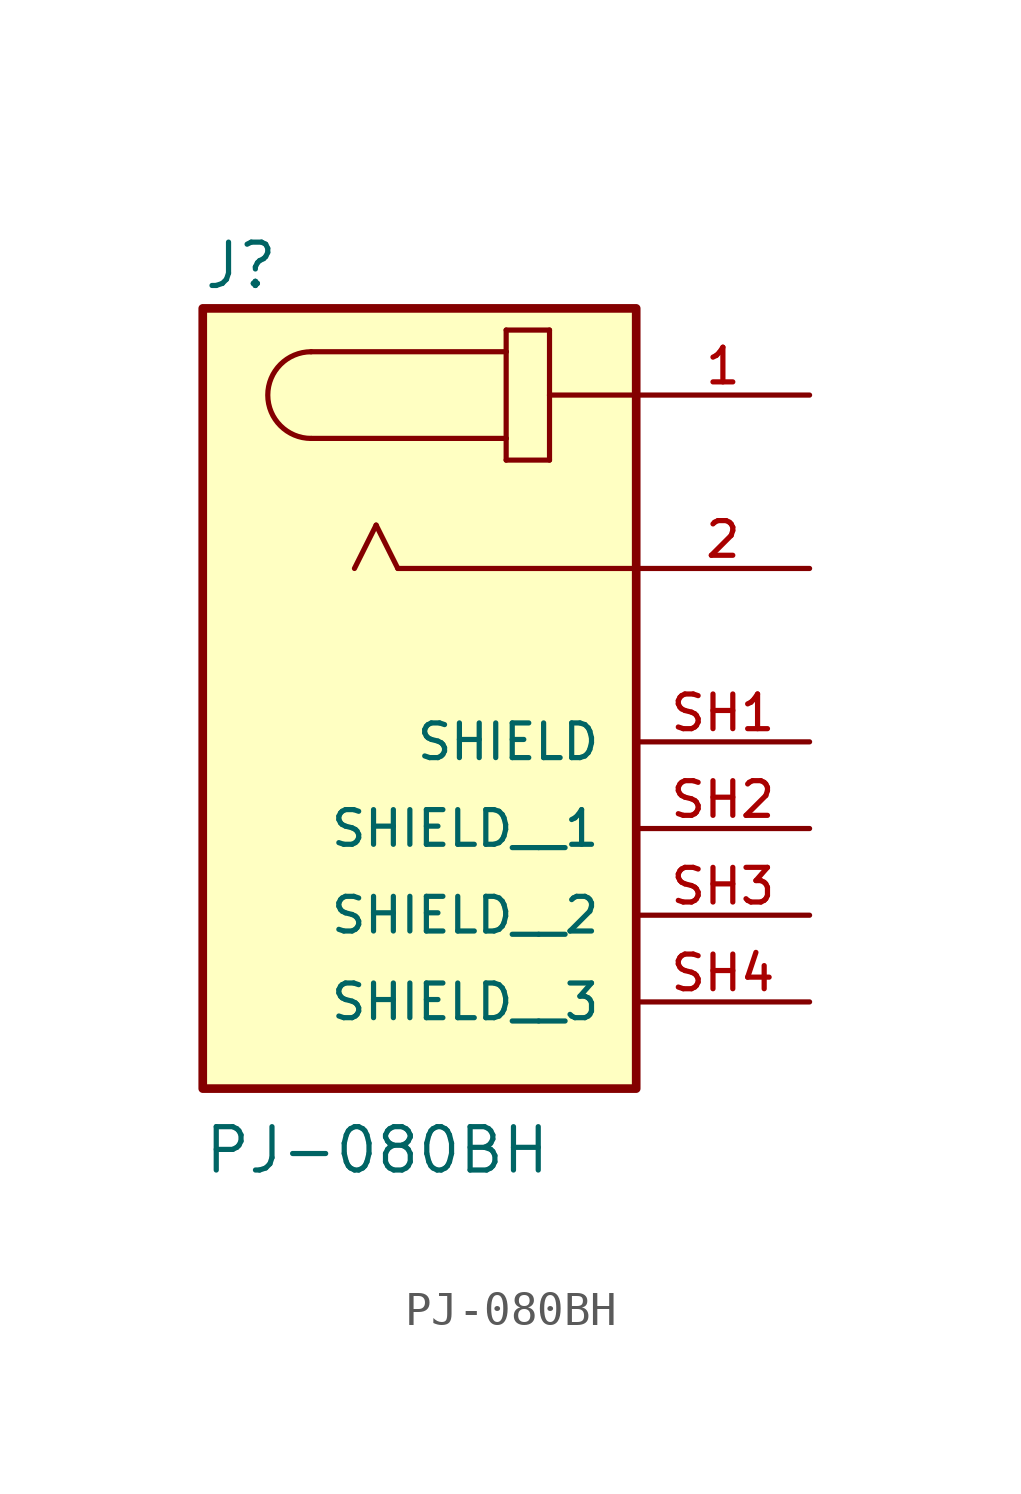
<source format=kicad_sym>
(kicad_symbol_lib
  (version 20211014)
  (generator kicad_symbol_editor)
  (symbol "PJ-080BH"
    (pin_names
      (offset 1.016))
    (property "Reference" "J"
      (at -5.09 8.128 0)
      (effects (font (size 1.27 1.27)) (justify bottom left)))
    (property "Value" "PJ-080BH"
      (at -5.087 -17.789 0)
      (effects (font (size 1.27 1.27)) (justify bottom left)))
    (symbol "PJ-080BH_0_0"
      (arc (start -1.905 6.35) (mid -3.175 5.08) (end -1.905 3.81) (stroke (width 0.1524) (type default) (color 0 0 0 0)) (fill (type none)))
      (polyline (pts (xy -1.905 6.35) (xy 3.81 6.35)) (stroke (width 0.152)))
      (polyline (pts (xy 3.81 6.35) (xy 3.81 3.81)) (stroke (width 0.152)))
      (polyline (pts (xy 3.81 3.81) (xy -1.905 3.81)) (stroke (width 0.152)))
      (polyline (pts (xy 3.81 3.81) (xy 3.81 3.175)) (stroke (width 0.152)))
      (polyline (pts (xy 3.81 3.175) (xy 5.08 3.175)) (stroke (width 0.152)))
      (polyline (pts (xy 5.08 3.175) (xy 5.08 5.08)) (stroke (width 0.152)))
      (polyline (pts (xy 5.08 5.08) (xy 5.08 6.985)) (stroke (width 0.152)))
      (polyline (pts (xy 5.08 6.985) (xy 3.81 6.985)) (stroke (width 0.152)))
      (polyline (pts (xy 3.81 6.985) (xy 3.81 6.35)) (stroke (width 0.152)))
      (polyline (pts (xy 7.62 0.0) (xy 0.635 0.0)) (stroke (width 0.152)))
      (polyline (pts (xy 0.635 0.0) (xy 0.0 1.27)) (stroke (width 0.152)))
      (polyline (pts (xy 0.0 1.27) (xy -0.635 0.0)) (stroke (width 0.152)))
      (polyline (pts (xy 5.08 5.08) (xy 7.62 5.08)) (stroke (width 0.152)))
      (rectangle (start -5.08 -15.24) (end 7.62 7.62) (stroke (width 0.254)) (fill (type background)))
      (pin passive line (at 12.7 5.08 180.0) (length 5.08) (name "~" (effects (font (size 1.016 1.016)))) (number "1" (effects (font (size 1.016 1.016)))))
      (pin passive line (at 12.7 0.0 180.0) (length 5.08) (name "~" (effects (font (size 1.016 1.016)))) (number "2" (effects (font (size 1.016 1.016)))))
      (pin passive line (at 12.7 -5.08 180.0) (length 5.08) (name "SHIELD" (effects (font (size 1.016 1.016)))) (number "SH1" (effects (font (size 1.016 1.016)))))
      (pin passive line (at 12.7 -7.62 180.0) (length 5.08) (name "SHIELD__1" (effects (font (size 1.016 1.016)))) (number "SH2" (effects (font (size 1.016 1.016)))))
      (pin passive line (at 12.7 -10.16 180.0) (length 5.08) (name "SHIELD__2" (effects (font (size 1.016 1.016)))) (number "SH3" (effects (font (size 1.016 1.016)))))
      (pin passive line (at 12.7 -12.7 180.0) (length 5.08) (name "SHIELD__3" (effects (font (size 1.016 1.016)))) (number "SH4" (effects (font (size 1.016 1.016))))))))
</source>
